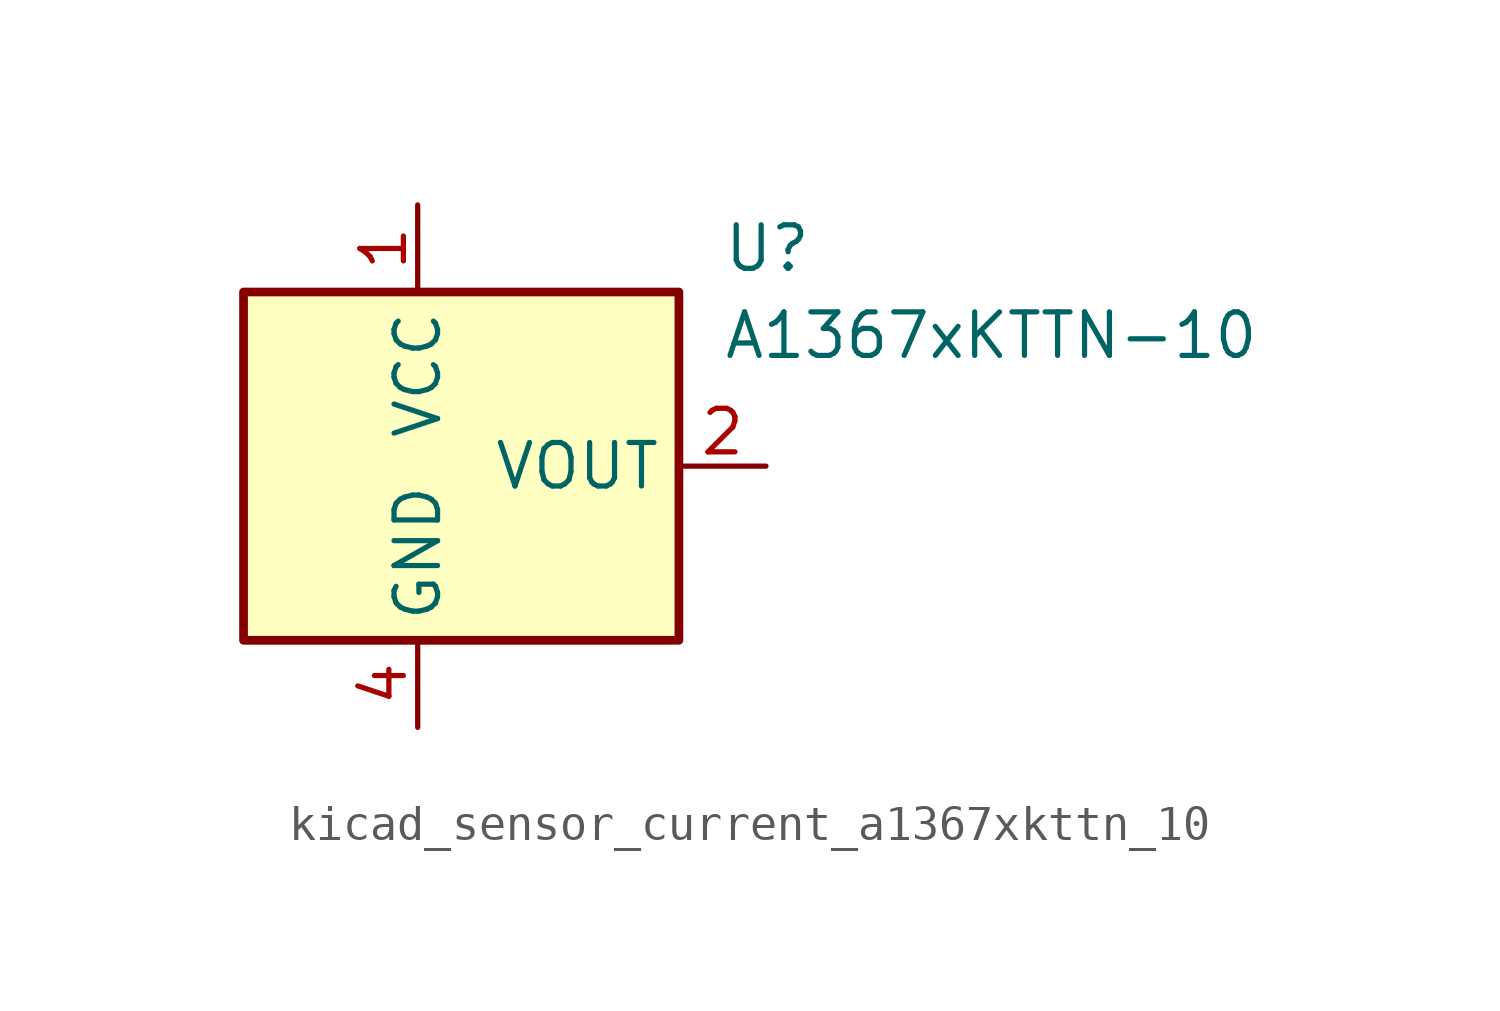
<source format=kicad_sym>
(kicad_symbol_lib
  (version 20220914)
  (generator kicad_symbol_editor)
  (symbol "kicad_sensor_current_a1367xkttn_10"
    (property "Reference" "U"
      (at 8.89 6.35 0)
      (effects (font (size 1.27 1.27)) (justify left)))
    (property "Value" "A1367xKTTN-10"
      (at 8.89 3.81 0)
      (effects (font (size 1.27 1.27)) (justify left)))
    (symbol "kicad_sensor_current_a1367xkttn_10_0_1"
      (rectangle (start -5.08 5.08) (end 7.62 -5.08) (stroke (width 0.254) (type default)) (fill (type background))))
    (symbol "kicad_sensor_current_a1367xkttn_10_1_1"
      (pin power_in line (at 0 7.62 270) (length 2.54) (name "VCC" (effects (font (size 1.27 1.27)))) (number "1" (effects (font (size 1.27 1.27)))))
      (pin output line (at 10.16 0 180) (length 2.54) (name "VOUT" (effects (font (size 1.27 1.27)))) (number "2" (effects (font (size 1.27 1.27)))))
      (pin no_connect line (at 7.62 -2.54 180) (length 2.54) hide (name "NC" (effects (font (size 1.27 1.27)))) (number "3" (effects (font (size 1.27 1.27)))))
      (pin power_in line (at 0 -7.62 90) (length 2.54) (name "GND" (effects (font (size 1.27 1.27)))) (number "4" (effects (font (size 1.27 1.27))))))))
</source>
